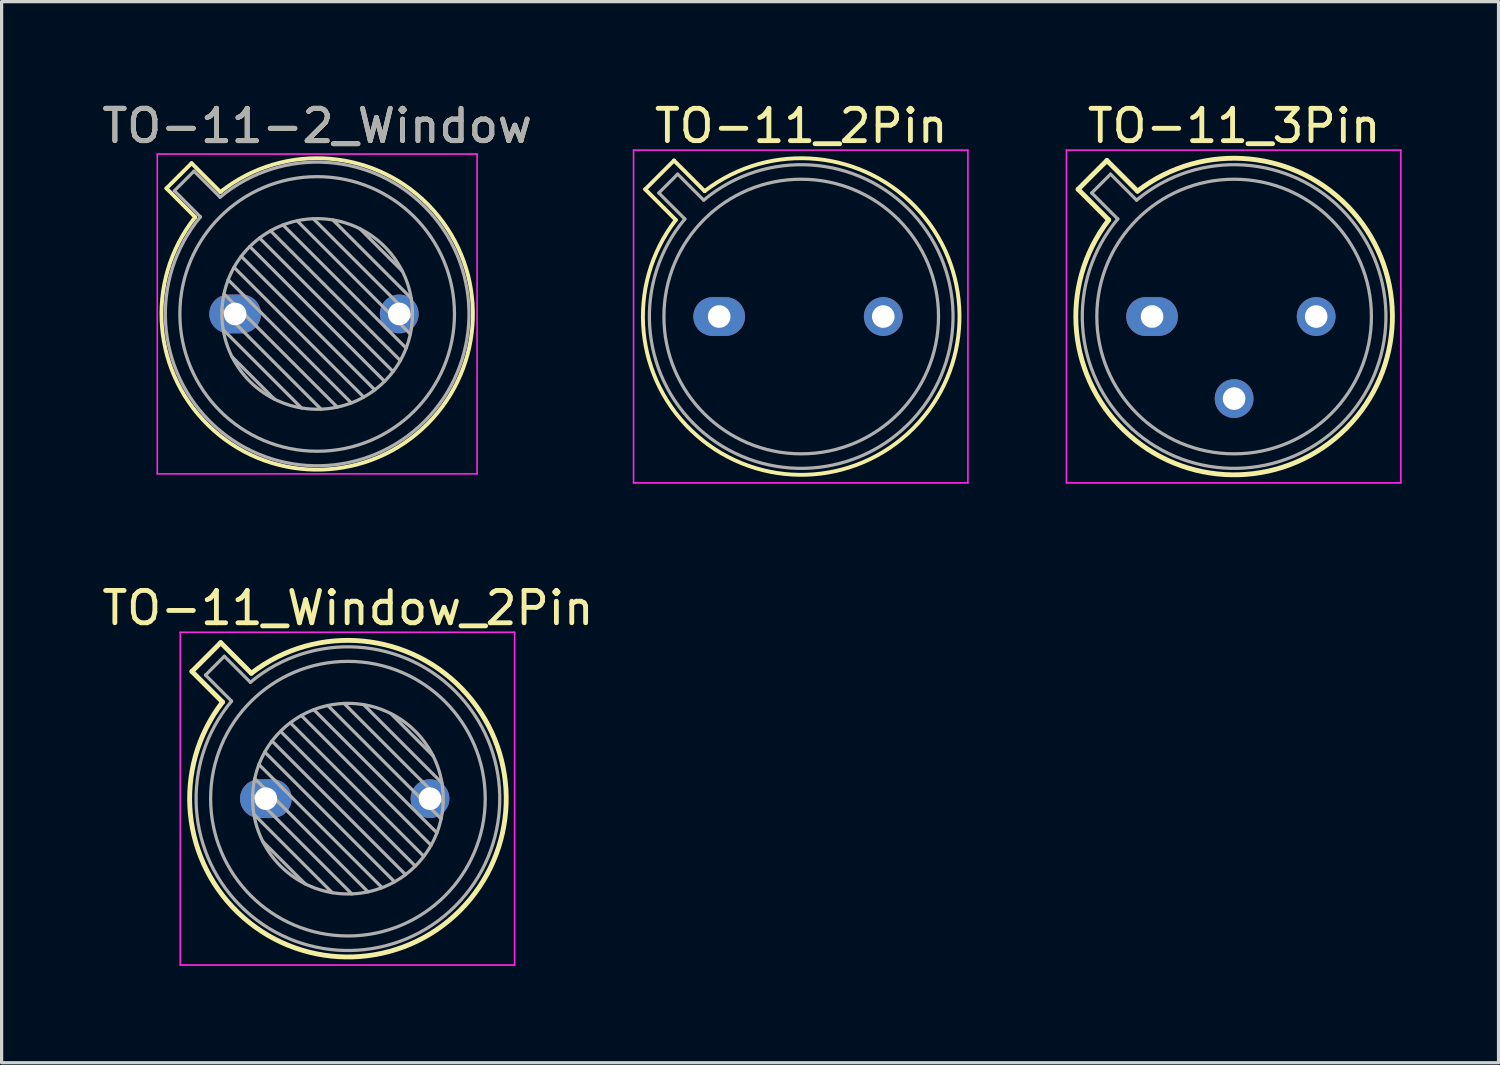
<source format=kicad_pcb>
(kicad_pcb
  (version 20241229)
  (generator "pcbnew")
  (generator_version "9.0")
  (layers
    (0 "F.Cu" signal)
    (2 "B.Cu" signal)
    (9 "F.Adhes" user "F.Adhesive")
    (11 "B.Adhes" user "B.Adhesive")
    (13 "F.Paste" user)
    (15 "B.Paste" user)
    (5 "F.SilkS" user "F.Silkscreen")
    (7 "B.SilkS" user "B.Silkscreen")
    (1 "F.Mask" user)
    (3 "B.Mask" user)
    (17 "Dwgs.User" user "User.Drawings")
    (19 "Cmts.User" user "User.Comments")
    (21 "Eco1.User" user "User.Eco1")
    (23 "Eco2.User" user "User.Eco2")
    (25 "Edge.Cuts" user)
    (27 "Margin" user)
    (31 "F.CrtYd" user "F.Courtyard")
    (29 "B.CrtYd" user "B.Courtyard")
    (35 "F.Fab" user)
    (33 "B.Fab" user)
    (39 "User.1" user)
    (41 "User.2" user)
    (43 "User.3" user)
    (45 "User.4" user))
  (footprint "TO-11_3Pin"
    (layer "F.Cu")
    (at 32.611 6.748)
    (property "Reference" "TO-11_3Pin" (at 2.54 -5.9 0) (layer "F.SilkS") (effects (font (size 1 1) (thickness 0.15))))
    (attr through_hole)
    (fp_line (start -2.289 -3.938) (end -1.342 -2.991) (stroke (width 0.15) (type solid)) (layer "F.SilkS"))
    (fp_line (start -1.398 -4.829) (end -2.289 -3.938) (stroke (width 0.15) (type solid)) (layer "F.SilkS"))
    (fp_line (start -0.451 -3.882) (end -1.398 -4.829) (stroke (width 0.15) (type solid)) (layer "F.SilkS"))
    (fp_arc (start -0.450589 -3.881543) (mid 6.004823 3.464823) (end -1.341543 -2.990588) (stroke (width 0.15) (type solid)) (layer "F.SilkS"))
    (fp_line (start -2.65 -5.15) (end -2.65 5.15) (stroke (width 0.05) (type solid)) (layer "F.CrtYd"))
    (fp_line (start -2.65 5.15) (end 7.7 5.15) (stroke (width 0.05) (type solid)) (layer "F.CrtYd"))
    (fp_line (start 7.7 -5.15) (end -2.65 -5.15) (stroke (width 0.05) (type solid)) (layer "F.CrtYd"))
    (fp_line (start 7.7 5.15) (end 7.7 -5.15) (stroke (width 0.05) (type solid)) (layer "F.CrtYd"))
    (fp_line (start -1.868 -3.825) (end -1.062 -3.019) (stroke (width 0.1) (type solid)) (layer "F.Fab"))
    (fp_line (start -1.285 -4.408) (end -1.868 -3.825) (stroke (width 0.1) (type solid)) (layer "F.Fab"))
    (fp_line (start -0.479 -3.602) (end -1.285 -4.408) (stroke (width 0.1) (type solid)) (layer "F.Fab"))
    (fp_arc (start -0.478935 -3.602226) (mid 5.863402 3.323402) (end -1.062226 -3.018935) (stroke (width 0.1) (type solid)) (layer "F.Fab"))
    (fp_circle (center 2.54 0) (end 6.79 0) (stroke (width 0.1) (type solid)) (fill no) (layer "F.Fab"))
    (pad "1" thru_hole oval (at 0 0) (size 1.6 1.2) (drill 0.7) (layers "*.Cu" "*.Mask"))
    (pad "2" thru_hole oval (at 2.54 2.54) (size 1.2 1.2) (drill 0.7) (layers "*.Cu" "*.Mask"))
    (pad "3" thru_hole oval (at 5.08 0) (size 1.2 1.2) (drill 0.7) (layers "*.Cu" "*.Mask")))
  (footprint "TO-11-2_Window"
    (layer "F.Cu")
    (at 4.228 6.668)
    (property "Reference" "TO-11-2_Window" (at 2.54 -5.82 0) (layer "F.SilkS") (effects (font (size 1 1) (thickness 0.15))))
    (attr through_hole)
    (fp_line (start -2.126 -3.888) (end -1.235 -2.997) (stroke (width 0.12) (type solid)) (layer "F.SilkS"))
    (fp_line (start -1.348 -4.666) (end -2.126 -3.888) (stroke (width 0.12) (type solid)) (layer "F.SilkS"))
    (fp_line (start -0.457 -3.775) (end -1.348 -4.666) (stroke (width 0.12) (type solid)) (layer "F.SilkS"))
    (fp_arc (start -0.457084 -3.774902) (mid 5.948125 3.408384) (end -1.234674 -2.997371) (stroke (width 0.12) (type solid)) (layer "F.SilkS"))
    (fp_line (start -2.41 -4.95) (end -2.41 4.95) (stroke (width 0.05) (type solid)) (layer "F.CrtYd"))
    (fp_line (start -2.41 4.95) (end 7.49 4.95) (stroke (width 0.05) (type solid)) (layer "F.CrtYd"))
    (fp_line (start 7.49 -4.95) (end -2.41 -4.95) (stroke (width 0.05) (type solid)) (layer "F.CrtYd"))
    (fp_line (start 7.49 4.95) (end 7.49 -4.95) (stroke (width 0.05) (type solid)) (layer "F.CrtYd"))
    (fp_line (start -1.88 -3.812) (end -1.074 -3.005) (stroke (width 0.1) (type solid)) (layer "F.Fab"))
    (fp_line (start -1.272 -4.42) (end -1.88 -3.812) (stroke (width 0.1) (type solid)) (layer "F.Fab"))
    (fp_line (start -0.465 -3.614) (end -1.272 -4.42) (stroke (width 0.1) (type solid)) (layer "F.Fab"))
    (fp_line (start -0.408 -0.12) (end 2.66 2.948) (stroke (width 0.1) (type solid)) (layer "F.Fab"))
    (fp_line (start -0.371 0.485) (end 2.055 2.911) (stroke (width 0.1) (type solid)) (layer "F.Fab"))
    (fp_line (start -0.344 -0.622) (end 3.162 2.884) (stroke (width 0.1) (type solid)) (layer "F.Fab"))
    (fp_line (start -0.215 -1.058) (end 3.598 2.755) (stroke (width 0.1) (type solid)) (layer "F.Fab"))
    (fp_line (start -0.097 1.324) (end 1.216 2.637) (stroke (width 0.1) (type solid)) (layer "F.Fab"))
    (fp_line (start -0.034 -1.443) (end 3.983 2.574) (stroke (width 0.1) (type solid)) (layer "F.Fab"))
    (fp_line (start 0.19 -1.784) (end 4.324 2.35) (stroke (width 0.1) (type solid)) (layer "F.Fab"))
    (fp_line (start 0.454 -2.086) (end 4.626 2.086) (stroke (width 0.1) (type solid)) (layer "F.Fab"))
    (fp_line (start 0.756 -2.35) (end 4.89 1.784) (stroke (width 0.1) (type solid)) (layer "F.Fab"))
    (fp_line (start 1.097 -2.574) (end 5.114 1.443) (stroke (width 0.1) (type solid)) (layer "F.Fab"))
    (fp_line (start 1.482 -2.755) (end 5.295 1.058) (stroke (width 0.1) (type solid)) (layer "F.Fab"))
    (fp_line (start 1.918 -2.884) (end 5.424 0.622) (stroke (width 0.1) (type solid)) (layer "F.Fab"))
    (fp_line (start 2.42 -2.948) (end 5.488 0.12) (stroke (width 0.1) (type solid)) (layer "F.Fab"))
    (fp_line (start 3.025 -2.911) (end 5.451 -0.485) (stroke (width 0.1) (type solid)) (layer "F.Fab"))
    (fp_line (start 3.864 -2.637) (end 5.177 -1.324) (stroke (width 0.1) (type solid)) (layer "F.Fab"))
    (fp_arc (start -0.465408 -3.61352) (mid 5.863443 3.323361) (end -1.073594 -3.005319) (stroke (width 0.1) (type solid)) (layer "F.Fab"))
    (fp_circle (center 2.54 0) (end 5.49 0) (stroke (width 0.1) (type solid)) (fill no) (layer "F.Fab"))
    (fp_circle (center 2.54 0) (end 6.79 0) (stroke (width 0.1) (type solid)) (fill no) (layer "F.Fab"))
    (fp_text user "${REFERENCE}" (at 2.54 -5.82 0) (layer "F.Fab") (effects (font (size 1 1) (thickness 0.15))))
    (pad "1" thru_hole oval (at 0 0) (size 1.6 1.2) (drill 0.7) (layers "*.Cu" "*.Mask"))
    (pad "2" thru_hole oval (at 5.08 0) (size 1.2 1.2) (drill 0.7) (layers "*.Cu" "*.Mask")))
  (footprint "TO-11_Window_2Pin"
    (layer "F.Cu")
    (at 5.18 21.672)
    (property "Reference" "TO-11_Window_2Pin" (at 2.54 -5.9 0) (layer "F.SilkS") (effects (font (size 1 1) (thickness 0.15))))
    (attr through_hole)
    (fp_line (start -2.289 -3.938) (end -1.342 -2.991) (stroke (width 0.15) (type solid)) (layer "F.SilkS"))
    (fp_line (start -1.398 -4.829) (end -2.289 -3.938) (stroke (width 0.15) (type solid)) (layer "F.SilkS"))
    (fp_line (start -0.451 -3.882) (end -1.398 -4.829) (stroke (width 0.15) (type solid)) (layer "F.SilkS"))
    (fp_arc (start -0.450589 -3.881543) (mid 6.004823 3.464823) (end -1.341543 -2.990588) (stroke (width 0.15) (type solid)) (layer "F.SilkS"))
    (fp_line (start -2.65 -5.15) (end -2.65 5.15) (stroke (width 0.05) (type solid)) (layer "F.CrtYd"))
    (fp_line (start -2.65 5.15) (end 7.7 5.15) (stroke (width 0.05) (type solid)) (layer "F.CrtYd"))
    (fp_line (start 7.7 -5.15) (end -2.65 -5.15) (stroke (width 0.05) (type solid)) (layer "F.CrtYd"))
    (fp_line (start 7.7 5.15) (end 7.7 -5.15) (stroke (width 0.05) (type solid)) (layer "F.CrtYd"))
    (fp_line (start -1.868 -3.825) (end -1.062 -3.019) (stroke (width 0.1) (type solid)) (layer "F.Fab"))
    (fp_line (start -1.285 -4.408) (end -1.868 -3.825) (stroke (width 0.1) (type solid)) (layer "F.Fab"))
    (fp_line (start -0.479 -3.602) (end -1.285 -4.408) (stroke (width 0.1) (type solid)) (layer "F.Fab"))
    (fp_line (start -0.408 -0.12) (end 2.66 2.948) (stroke (width 0.1) (type solid)) (layer "F.Fab"))
    (fp_line (start -0.371 0.485) (end 2.055 2.911) (stroke (width 0.1) (type solid)) (layer "F.Fab"))
    (fp_line (start -0.344 -0.622) (end 3.162 2.884) (stroke (width 0.1) (type solid)) (layer "F.Fab"))
    (fp_line (start -0.215 -1.058) (end 3.598 2.755) (stroke (width 0.1) (type solid)) (layer "F.Fab"))
    (fp_line (start -0.097 1.324) (end 1.216 2.637) (stroke (width 0.1) (type solid)) (layer "F.Fab"))
    (fp_line (start -0.034 -1.443) (end 3.983 2.574) (stroke (width 0.1) (type solid)) (layer "F.Fab"))
    (fp_line (start 0.19 -1.784) (end 4.324 2.35) (stroke (width 0.1) (type solid)) (layer "F.Fab"))
    (fp_line (start 0.454 -2.086) (end 4.626 2.086) (stroke (width 0.1) (type solid)) (layer "F.Fab"))
    (fp_line (start 0.756 -2.35) (end 4.89 1.784) (stroke (width 0.1) (type solid)) (layer "F.Fab"))
    (fp_line (start 1.097 -2.574) (end 5.114 1.443) (stroke (width 0.1) (type solid)) (layer "F.Fab"))
    (fp_line (start 1.482 -2.755) (end 5.295 1.058) (stroke (width 0.1) (type solid)) (layer "F.Fab"))
    (fp_line (start 1.918 -2.884) (end 5.424 0.622) (stroke (width 0.1) (type solid)) (layer "F.Fab"))
    (fp_line (start 2.42 -2.948) (end 5.488 0.12) (stroke (width 0.1) (type solid)) (layer "F.Fab"))
    (fp_line (start 3.025 -2.911) (end 5.451 -0.485) (stroke (width 0.1) (type solid)) (layer "F.Fab"))
    (fp_line (start 3.864 -2.637) (end 5.177 -1.324) (stroke (width 0.1) (type solid)) (layer "F.Fab"))
    (fp_arc (start -0.478935 -3.602226) (mid 5.863402 3.323402) (end -1.062226 -3.018935) (stroke (width 0.1) (type solid)) (layer "F.Fab"))
    (fp_circle (center 2.54 0) (end 5.49 0) (stroke (width 0.1) (type solid)) (fill no) (layer "F.Fab"))
    (fp_circle (center 2.54 0) (end 6.79 0) (stroke (width 0.1) (type solid)) (fill no) (layer "F.Fab"))
    (pad "1" thru_hole oval (at 0 0) (size 1.6 1.2) (drill 0.7) (layers "*.Cu" "*.Mask"))
    (pad "2" thru_hole oval (at 5.08 0) (size 1.2 1.2) (drill 0.7) (layers "*.Cu" "*.Mask")))
  (footprint "TO-11_2Pin"
    (layer "F.Cu")
    (at 19.211 6.748)
    (property "Reference" "TO-11_2Pin" (at 2.54 -5.9 0) (layer "F.SilkS") (effects (font (size 1 1) (thickness 0.15))))
    (attr through_hole)
    (fp_line (start -2.289 -3.938) (end -1.342 -2.991) (stroke (width 0.12) (type solid)) (layer "F.SilkS"))
    (fp_line (start -1.398 -4.829) (end -2.289 -3.938) (stroke (width 0.12) (type solid)) (layer "F.SilkS"))
    (fp_line (start -0.451 -3.882) (end -1.398 -4.829) (stroke (width 0.12) (type solid)) (layer "F.SilkS"))
    (fp_arc (start -0.450589 -3.881543) (mid 6.004823 3.464823) (end -1.341543 -2.990588) (stroke (width 0.12) (type solid)) (layer "F.SilkS"))
    (fp_line (start -2.65 -5.15) (end -2.65 5.15) (stroke (width 0.05) (type solid)) (layer "F.CrtYd"))
    (fp_line (start -2.65 5.15) (end 7.7 5.15) (stroke (width 0.05) (type solid)) (layer "F.CrtYd"))
    (fp_line (start 7.7 -5.15) (end -2.65 -5.15) (stroke (width 0.05) (type solid)) (layer "F.CrtYd"))
    (fp_line (start 7.7 5.15) (end 7.7 -5.15) (stroke (width 0.05) (type solid)) (layer "F.CrtYd"))
    (fp_line (start -1.868 -3.825) (end -1.062 -3.019) (stroke (width 0.1) (type solid)) (layer "F.Fab"))
    (fp_line (start -1.285 -4.408) (end -1.868 -3.825) (stroke (width 0.1) (type solid)) (layer "F.Fab"))
    (fp_line (start -0.479 -3.602) (end -1.285 -4.408) (stroke (width 0.1) (type solid)) (layer "F.Fab"))
    (fp_arc (start -0.478935 -3.602226) (mid 5.863402 3.323402) (end -1.062226 -3.018935) (stroke (width 0.1) (type solid)) (layer "F.Fab"))
    (fp_circle (center 2.54 0) (end 6.79 0) (stroke (width 0.1) (type solid)) (fill no) (layer "F.Fab"))
    (pad "1" thru_hole oval (at 0 0) (size 1.6 1.2) (drill 0.7) (layers "*.Cu" "*.Mask"))
    (pad "2" thru_hole oval (at 5.08 0) (size 1.2 1.2) (drill 0.7) (layers "*.Cu" "*.Mask")))
  (gr_rect
    (start -3 -3)
    (end 43.336 29.846)
    (stroke (width 0.1) (type default))
    (fill no)
    (layer "Edge.Cuts")))
</source>
